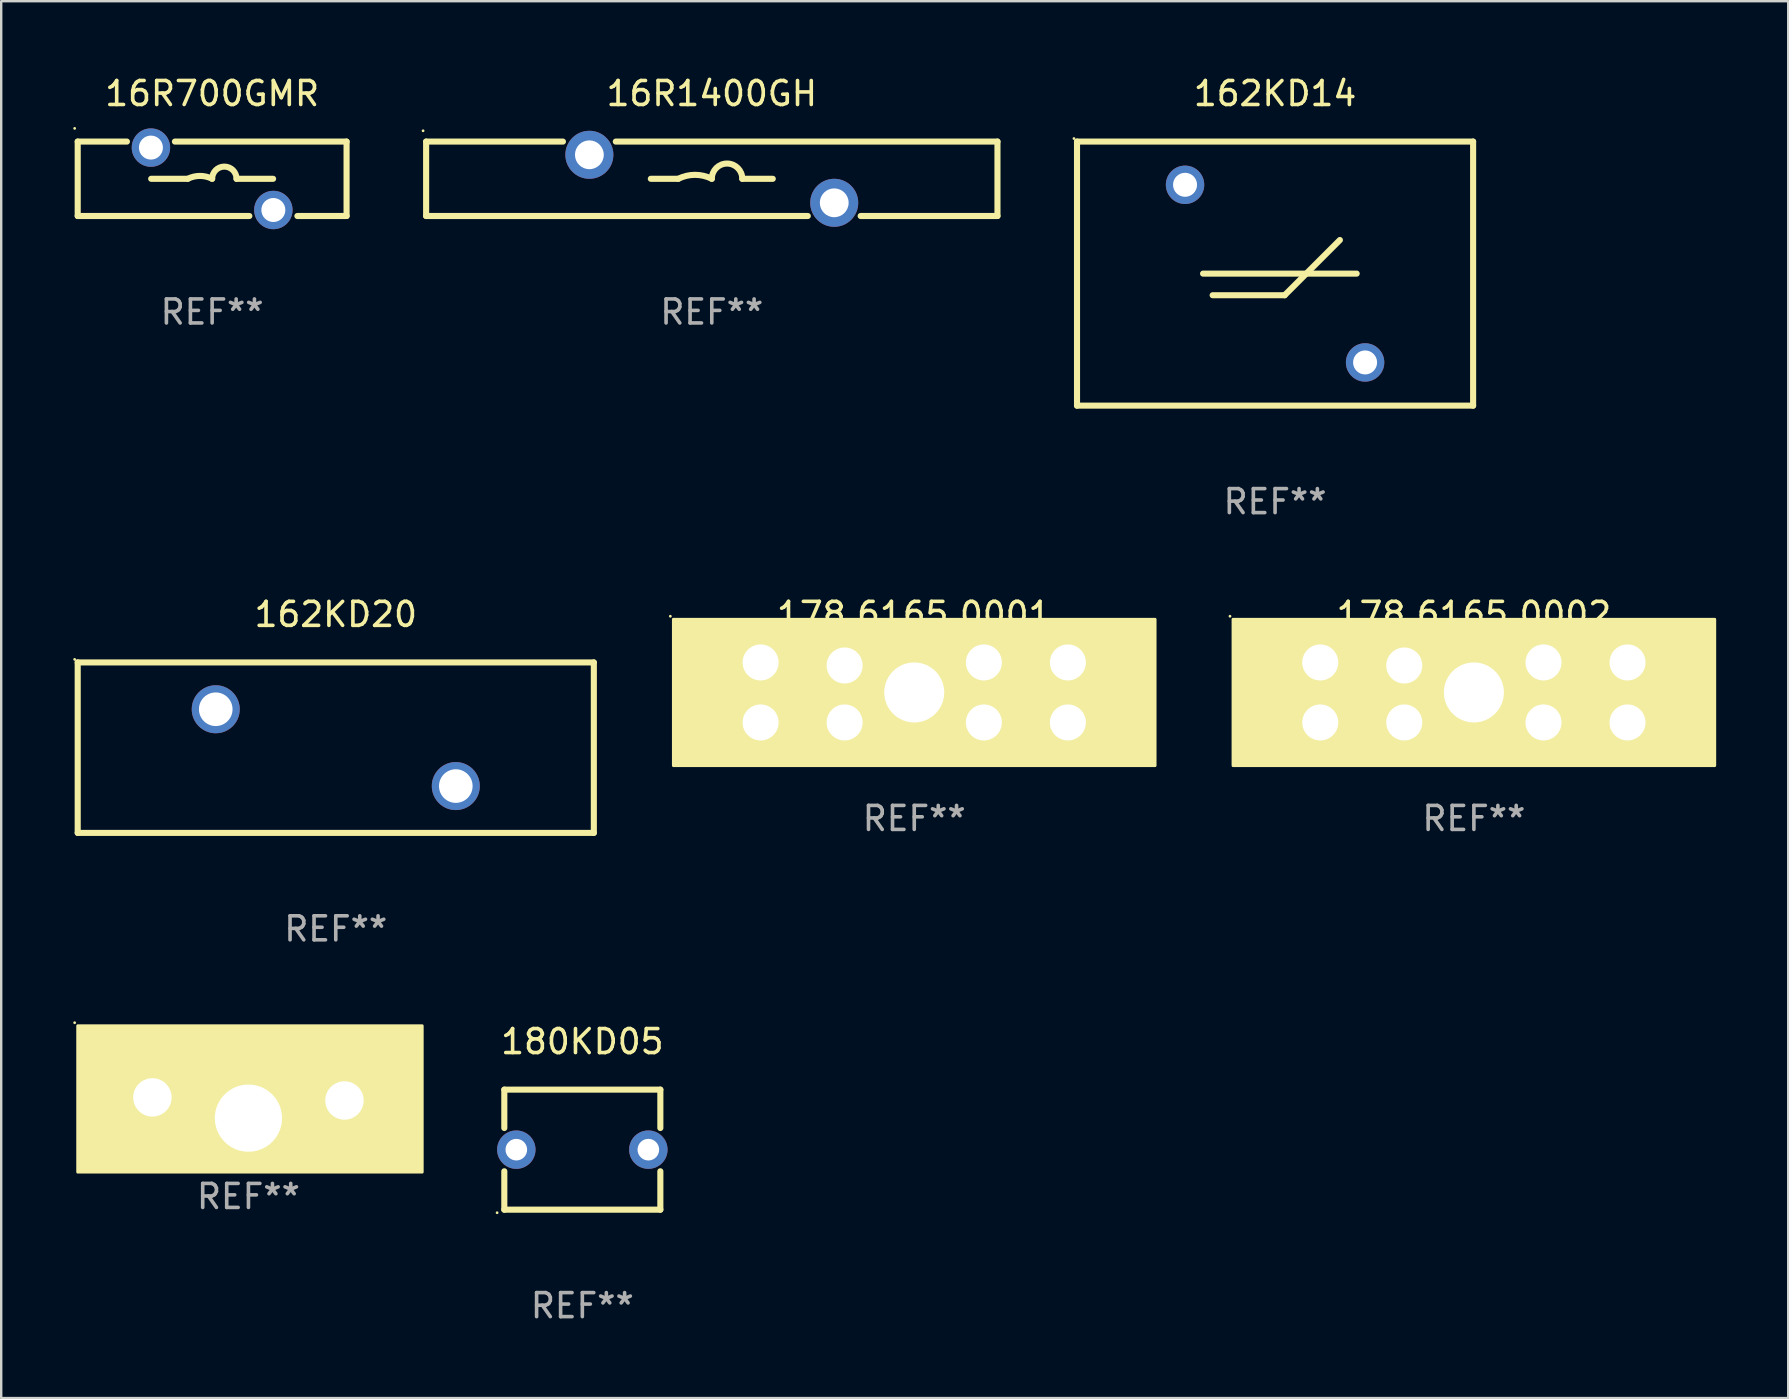
<source format=kicad_pcb>
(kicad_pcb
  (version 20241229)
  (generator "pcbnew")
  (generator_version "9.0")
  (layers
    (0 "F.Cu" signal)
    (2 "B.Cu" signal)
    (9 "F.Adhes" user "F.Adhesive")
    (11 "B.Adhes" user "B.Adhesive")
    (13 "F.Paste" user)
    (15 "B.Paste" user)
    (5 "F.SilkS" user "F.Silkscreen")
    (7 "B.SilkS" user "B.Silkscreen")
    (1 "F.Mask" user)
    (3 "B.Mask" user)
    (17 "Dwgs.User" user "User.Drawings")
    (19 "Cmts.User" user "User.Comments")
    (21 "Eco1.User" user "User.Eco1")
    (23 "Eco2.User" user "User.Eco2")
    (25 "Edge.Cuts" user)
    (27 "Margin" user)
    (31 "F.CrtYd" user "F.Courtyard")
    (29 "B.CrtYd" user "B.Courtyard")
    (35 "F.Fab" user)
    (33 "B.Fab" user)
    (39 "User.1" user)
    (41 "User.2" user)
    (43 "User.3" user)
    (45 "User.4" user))
  (footprint "16R700GMR"
    (layer "F.Cu")
    (at 5.787 4.398)
    (property "Reference" "16R700GMR" (at 0 -3.55 0) (layer "F.SilkS") (effects (font (size 1 1) (thickness 0.15))))
    (attr through_hole)
    (fp_line (start -5.6 -1.55) (end -3.55 -1.55) (stroke (width 0.254) (type solid)) (layer "F.SilkS"))
    (fp_line (start -5.6 1.55) (end -5.6 -1.55) (stroke (width 0.254) (type solid)) (layer "F.SilkS"))
    (fp_line (start -5.6 1.55) (end 1.55 1.55) (stroke (width 0.254) (type solid)) (layer "F.SilkS"))
    (fp_line (start -2.54 0) (end -1.016 0) (stroke (width 0.254) (type solid)) (layer "F.SilkS"))
    (fp_line (start -1.55 -1.55) (end 5.6 -1.55) (stroke (width 0.254) (type solid)) (layer "F.SilkS"))
    (fp_line (start 2.54 0) (end 1.016 0) (stroke (width 0.254) (type solid)) (layer "F.SilkS"))
    (fp_line (start 3.55 1.55) (end 5.6 1.55) (stroke (width 0.254) (type solid)) (layer "F.SilkS"))
    (fp_line (start 5.6 -1.55) (end 5.6 1.55) (stroke (width 0.254) (type solid)) (layer "F.SilkS"))
    (fp_arc (start -1.016002 0) (mid -0.508001 -0.119923) (end 0 0) (stroke (width 0.254001) (type solid)) (layer "F.SilkS"))
    (fp_arc (start 0 0) (mid 0.508001 -0.508001) (end 1.016002 0) (stroke (width 0.254001) (type solid)) (layer "F.SilkS"))
    (fp_circle (center -5.727 -2.1) (end -5.697 -2.1) (stroke (width 0.06) (type solid)) (fill no) (layer "F.SilkS"))
    (fp_text user "REF**" (at 0 5.55 0) (layer "F.Fab") (effects (font (size 1 1) (thickness 0.15))))
    (pad "1" thru_hole circle (at -2.55 -1.3) (size 1.6 1.6) (drill 1) (layers "*.Cu" "*.Mask"))
    (pad "2" thru_hole circle (at 2.55 1.3) (size 1.6 1.6) (drill 1) (layers "*.Cu" "*.Mask")))
  (footprint "178.6764.0001"
    (layer "F.Cu")
    (at 7.299 42.728)
    (property "Reference" "178.6764.0001" (at 0 -2.063 0) (layer "F.SilkS") (effects (font (size 1 1) (thickness 0.15))))
    (attr through_hole)
    (fp_circle (center -7.239 -3.175) (end -7.209 -3.175) (stroke (width 0.06) (type solid)) (fill no) (layer "F.SilkS"))
    (fp_poly (pts (xy -7.112 -3.048) (xy 7.239 -3.048) (xy 7.239 3.048) (xy -7.112 3.048)) (stroke (width 0.12) (type solid)) (fill yes) (layer "F.SilkS"))
    (fp_text user "REF**" (at 0 4.064 0) (layer "F.Fab") (effects (font (size 1 1) (thickness 0.15))))
    (pad "" np_thru_hole circle (at 0 0.8) (size 2.8 2.8) (drill 2.8) (layers "*.Cu" "*.Mask"))
    (pad "1" thru_hole circle (at -4 -0.064) (size 2.5 2.5) (drill 1.6) (layers "*.Cu" "*.Mask"))
    (pad "2" thru_hole circle (at 4 0.064) (size 2.5 2.5) (drill 1.6) (layers "*.Cu" "*.Mask")))
  (footprint "178.6165.0002"
    (layer "F.Cu")
    (at 58.347 25.795)
    (property "Reference" "178.6165.0002" (at 0 -3.25 0) (layer "F.SilkS") (effects (font (size 1 1) (thickness 0.15))))
    (attr through_hole)
    (fp_circle (center -10.16 -3.175) (end -10.13 -3.175) (stroke (width 0.06) (type solid)) (fill no) (layer "F.SilkS"))
    (fp_poly (pts (xy -10.033 -3.048) (xy 10.033 -3.048) (xy 10.033 3.048) (xy -10.033 3.048)) (stroke (width 0.12) (type solid)) (fill yes) (layer "F.SilkS"))
    (fp_text user "REF**" (at 0 5.25 0) (layer "F.Fab") (effects (font (size 1 1) (thickness 0.15))))
    (pad "" np_thru_hole circle (at 0 -0.000127) (size 2.5 2.5) (drill 2.5) (layers "*.Cu" "*.Mask"))
    (pad "1" thru_hole circle (at -6.4 -1.25) (size 2 2) (drill 1.5) (layers "*.Cu" "*.Mask"))
    (pad "2" thru_hole circle (at -2.9 -1.123) (size 2 2) (drill 1.5) (layers "*.Cu" "*.Mask"))
    (pad "3" thru_hole circle (at 2.9 -1.25) (size 2 2) (drill 1.5) (layers "*.Cu" "*.Mask"))
    (pad "4" thru_hole circle (at 6.4 -1.25) (size 2 2) (drill 1.5) (layers "*.Cu" "*.Mask"))
    (pad "5" thru_hole circle (at 6.4 1.25) (size 2 2) (drill 1.5) (layers "*.Cu" "*.Mask"))
    (pad "6" thru_hole circle (at 2.9 1.25) (size 2 2) (drill 1.5) (layers "*.Cu" "*.Mask"))
    (pad "7" thru_hole circle (at -2.9 1.25) (size 2 2) (drill 1.5) (layers "*.Cu" "*.Mask"))
    (pad "8" thru_hole circle (at -6.4 1.25) (size 2 2) (drill 1.5) (layers "*.Cu" "*.Mask")))
  (footprint "162KD20"
    (layer "F.Cu")
    (at 10.937 28.095)
    (property "Reference" "162KD20" (at 0 -5.55 0) (layer "F.SilkS") (effects (font (size 1 1) (thickness 0.15))))
    (attr through_hole)
    (fp_line (start -10.75 -3.55) (end 10.75 -3.55) (stroke (width 0.254) (type solid)) (layer "F.SilkS"))
    (fp_line (start -10.75 3.55) (end -10.75 -3.55) (stroke (width 0.254) (type solid)) (layer "F.SilkS"))
    (fp_line (start 10.75 -3.55) (end 10.75 3.55) (stroke (width 0.254) (type solid)) (layer "F.SilkS"))
    (fp_line (start 10.75 3.55) (end -10.75 3.55) (stroke (width 0.254) (type solid)) (layer "F.SilkS"))
    (fp_circle (center -10.877 -3.677) (end -10.847 -3.677) (stroke (width 0.06) (type solid)) (fill no) (layer "F.SilkS"))
    (fp_text user "REF**" (at 0 7.55 0) (layer "F.Fab") (effects (font (size 1 1) (thickness 0.15))))
    (pad "1" thru_hole circle (at -5 -1.6) (size 2 2) (drill 1.4) (layers "*.Cu" "*.Mask"))
    (pad "2" thru_hole circle (at 5 1.6) (size 2 2) (drill 1.4) (layers "*.Cu" "*.Mask")))
  (footprint "180KD05"
    (layer "F.Cu")
    (at 21.208 44.841)
    (property "Reference" "180KD05" (at 0 -4.5 0) (layer "F.SilkS") (effects (font (size 1 1) (thickness 0.15))))
    (attr through_hole)
    (fp_line (start -3.25 -2.5) (end -3.25 -0.902) (stroke (width 0.254) (type solid)) (layer "F.SilkS"))
    (fp_line (start -3.25 -2.5) (end 3.25 -2.5) (stroke (width 0.254) (type solid)) (layer "F.SilkS"))
    (fp_line (start -3.25 0.901) (end -3.25 2.5) (stroke (width 0.254) (type solid)) (layer "F.SilkS"))
    (fp_line (start 3.25 -0.902) (end 3.25 -2.5) (stroke (width 0.254) (type solid)) (layer "F.SilkS"))
    (fp_line (start 3.25 2.5) (end -3.25 2.5) (stroke (width 0.254) (type solid)) (layer "F.SilkS"))
    (fp_line (start 3.25 2.5) (end 3.25 0.901) (stroke (width 0.254) (type solid)) (layer "F.SilkS"))
    (fp_circle (center -3.55 2.627) (end -3.52 2.627) (stroke (width 0.06) (type solid)) (fill no) (layer "F.SilkS"))
    (fp_text user "REF**" (at 0 6.5 0) (layer "F.Fab") (effects (font (size 1 1) (thickness 0.15))))
    (pad "1" thru_hole circle (at -2.75 -0.000127) (size 1.6 1.6) (drill 0.9) (layers "*.Cu" "*.Mask"))
    (pad "2" thru_hole circle (at 2.75 -0.000127) (size 1.6 1.6) (drill 0.9) (layers "*.Cu" "*.Mask")))
  (footprint "178.6165.0001"
    (layer "F.Cu")
    (at 35.034 25.795)
    (property "Reference" "178.6165.0001" (at 0 -3.25 0) (layer "F.SilkS") (effects (font (size 1 1) (thickness 0.15))))
    (attr through_hole)
    (fp_circle (center -10.16 -3.175) (end -10.13 -3.175) (stroke (width 0.06) (type solid)) (fill no) (layer "F.SilkS"))
    (fp_poly (pts (xy -10.033 -3.048) (xy 10.033 -3.048) (xy 10.033 3.048) (xy -10.033 3.048)) (stroke (width 0.12) (type solid)) (fill yes) (layer "F.SilkS"))
    (fp_text user "REF**" (at 0 5.25 0) (layer "F.Fab") (effects (font (size 1 1) (thickness 0.15))))
    (pad "" np_thru_hole circle (at 0 -0.000127) (size 2.5 2.5) (drill 2.5) (layers "*.Cu" "*.Mask"))
    (pad "1" thru_hole circle (at -6.4 -1.25) (size 2 2) (drill 1.5) (layers "*.Cu" "*.Mask"))
    (pad "2" thru_hole circle (at -2.9 -1.123) (size 2 2) (drill 1.5) (layers "*.Cu" "*.Mask"))
    (pad "3" thru_hole circle (at 2.9 -1.25) (size 2 2) (drill 1.5) (layers "*.Cu" "*.Mask"))
    (pad "4" thru_hole circle (at 6.4 -1.25) (size 2 2) (drill 1.5) (layers "*.Cu" "*.Mask"))
    (pad "5" thru_hole circle (at 6.4 1.25) (size 2 2) (drill 1.5) (layers "*.Cu" "*.Mask"))
    (pad "6" thru_hole circle (at 2.9 1.25) (size 2 2) (drill 1.5) (layers "*.Cu" "*.Mask"))
    (pad "7" thru_hole circle (at -2.9 1.25) (size 2 2) (drill 1.5) (layers "*.Cu" "*.Mask"))
    (pad "8" thru_hole circle (at -6.4 1.25) (size 2 2) (drill 1.5) (layers "*.Cu" "*.Mask")))
  (footprint "162KD14"
    (layer "F.Cu")
    (at 50.065 8.348)
    (property "Reference" "162KD14" (at 0 -7.5 0) (layer "F.SilkS") (effects (font (size 1 1) (thickness 0.15))))
    (attr through_hole)
    (fp_line (start -8.25 -5.5) (end -8.25 5.5) (stroke (width 0.254) (type solid)) (layer "F.SilkS"))
    (fp_line (start -8.25 -5.5) (end 8.25 -5.5) (stroke (width 0.254) (type solid)) (layer "F.SilkS"))
    (fp_line (start -3 0) (end 3.4 0) (stroke (width 0.254) (type solid)) (layer "F.SilkS"))
    (fp_line (start -2.6 0.9) (end 0.4 0.9) (stroke (width 0.254) (type solid)) (layer "F.SilkS"))
    (fp_line (start 0.4 0.9) (end 2.7 -1.4) (stroke (width 0.254) (type solid)) (layer "F.SilkS"))
    (fp_line (start 8.25 5.5) (end -8.25 5.5) (stroke (width 0.254) (type solid)) (layer "F.SilkS"))
    (fp_line (start 8.25 -5.5) (end 8.25 5.5) (stroke (width 0.254) (type solid)) (layer "F.SilkS"))
    (fp_circle (center -8.377 -5.627) (end -8.347 -5.627) (stroke (width 0.06) (type solid)) (fill no) (layer "F.SilkS"))
    (fp_text user "REF**" (at 0 9.5 0) (layer "F.Fab") (effects (font (size 1 1) (thickness 0.15))))
    (pad "1" thru_hole circle (at -3.75 -3.7) (size 1.6 1.6) (drill 1) (layers "*.Cu" "*.Mask"))
    (pad "2" thru_hole circle (at 3.75 3.7) (size 1.6 1.6) (drill 1) (layers "*.Cu" "*.Mask")))
  (footprint "16R1400GH"
    (layer "F.Cu")
    (at 26.601 4.398)
    (property "Reference" "16R1400GH" (at 0 -3.55 0) (layer "F.SilkS") (effects (font (size 1 1) (thickness 0.15))))
    (attr through_hole)
    (fp_line (start -11.9 -1.55) (end -6.201 -1.55) (stroke (width 0.254) (type solid)) (layer "F.SilkS"))
    (fp_line (start -11.9 1.55) (end -11.9 -1.55) (stroke (width 0.254) (type solid)) (layer "F.SilkS"))
    (fp_line (start -11.9 1.55) (end 3.999 1.55) (stroke (width 0.254) (type solid)) (layer "F.SilkS"))
    (fp_line (start -3.999 -1.55) (end 11.9 -1.55) (stroke (width 0.254) (type solid)) (layer "F.SilkS"))
    (fp_line (start -2.54 0) (end -1.397 0) (stroke (width 0.254) (type solid)) (layer "F.SilkS"))
    (fp_line (start 2.54 0) (end 1.27 0) (stroke (width 0.254) (type solid)) (layer "F.SilkS"))
    (fp_line (start 6.201 1.55) (end 11.9 1.55) (stroke (width 0.254) (type solid)) (layer "F.SilkS"))
    (fp_line (start 11.9 -1.55) (end 11.9 1.55) (stroke (width 0.254) (type solid)) (layer "F.SilkS"))
    (fp_arc (start -1.397003 0) (mid -0.698501 -0.164894) (end 0 0) (stroke (width 0.254001) (type solid)) (layer "F.SilkS"))
    (fp_arc (start -0.000001 0) (mid 0.635001 -0.635002) (end 1.270003 0) (stroke (width 0.254001) (type solid)) (layer "F.SilkS"))
    (fp_circle (center -12.027 -2) (end -11.997 -2) (stroke (width 0.06) (type solid)) (fill no) (layer "F.SilkS"))
    (fp_text user "REF**" (at 0 5.55 0) (layer "F.Fab") (effects (font (size 1 1) (thickness 0.15))))
    (pad "1" thru_hole circle (at -5.1 -1) (size 2 2) (drill 1.2) (layers "*.Cu" "*.Mask"))
    (pad "2" thru_hole circle (at 5.1 1) (size 2 2) (drill 1.2) (layers "*.Cu" "*.Mask")))
  (gr_rect
    (start -3 -3)
    (end 71.44 55.19)
    (stroke (width 0.1) (type default))
    (fill no)
    (layer "Edge.Cuts")))
</source>
